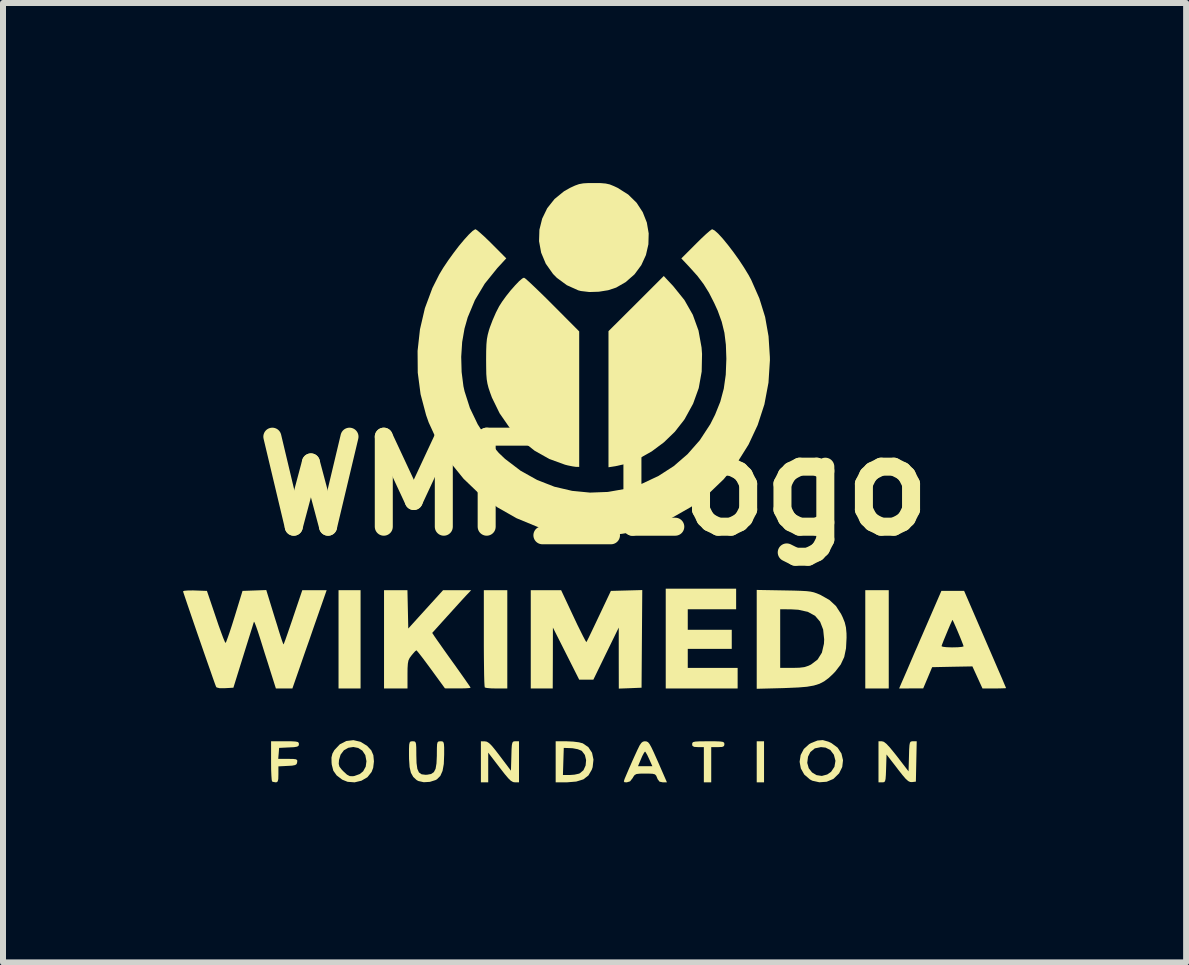
<source format=kicad_pcb>
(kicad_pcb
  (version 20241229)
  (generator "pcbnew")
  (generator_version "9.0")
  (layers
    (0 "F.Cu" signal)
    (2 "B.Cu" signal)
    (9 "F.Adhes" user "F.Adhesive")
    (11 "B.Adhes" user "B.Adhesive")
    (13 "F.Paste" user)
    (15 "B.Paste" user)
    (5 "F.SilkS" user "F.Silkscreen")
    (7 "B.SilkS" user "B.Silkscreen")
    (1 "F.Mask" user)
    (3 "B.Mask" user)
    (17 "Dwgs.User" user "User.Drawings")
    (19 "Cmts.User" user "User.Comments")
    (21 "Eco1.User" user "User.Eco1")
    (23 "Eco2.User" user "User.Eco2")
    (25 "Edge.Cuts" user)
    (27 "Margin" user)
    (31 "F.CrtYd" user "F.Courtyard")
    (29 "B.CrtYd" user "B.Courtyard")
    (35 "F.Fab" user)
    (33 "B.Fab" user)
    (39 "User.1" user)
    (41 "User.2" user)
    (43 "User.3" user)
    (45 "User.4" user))
  (footprint "WMF_Logo"
    (layer "F.Cu")
    (at 6.845 5.048)
    (property "Reference" "WMF_Logo" (at 0 0 0) (layer "F.SilkS") (effects (font (size 1.5 1.5) (thickness 0.3))))
    (attr board_only exclude_from_pos_files exclude_from_bom)
    (fp_poly (pts (xy -3.887 2.555) (xy -3.887 3.374) (xy -4.07 3.374) (xy -4.254 3.374) (xy -4.254 2.555) (xy -4.254 1.736) (xy -4.07 1.736) (xy -3.887 1.736)) (stroke (width 0) (type solid)) (fill yes) (layer "F.SilkS"))
    (fp_poly (pts (xy 2.836 4.596) (xy 2.836 4.938) (xy 2.775 4.938) (xy 2.714 4.938) (xy 2.714 4.596) (xy 2.714 4.254) (xy 2.775 4.254) (xy 2.836 4.254)) (stroke (width 0) (type solid)) (fill yes) (layer "F.SilkS"))
    (fp_poly (pts (xy 4.914 2.555) (xy 4.914 3.374) (xy 4.718 3.374) (xy 4.523 3.374) (xy 4.523 2.555) (xy 4.523 1.736) (xy 4.718 1.736) (xy 4.914 1.736)) (stroke (width 0) (type solid)) (fill yes) (layer "F.SilkS"))
    (fp_poly (pts (xy -1.442 2.555) (xy -1.442 3.374) (xy -1.622 3.374) (xy -1.711 3.372) (xy -1.78 3.366) (xy -1.816 3.358) (xy -1.817 3.357) (xy -1.821 3.33) (xy -1.825 3.259) (xy -1.828 3.152) (xy -1.83 3.013) (xy -1.832 2.848) (xy -1.833 2.664) (xy -1.833 2.538) (xy -1.833 1.736) (xy -1.638 1.736) (xy -1.442 1.736)) (stroke (width 0) (type solid)) (fill yes) (layer "F.SilkS"))
    (fp_poly (pts (xy 1.322 -3.331) (xy 1.509 -3.099) (xy 1.649 -2.853) (xy 1.744 -2.59) (xy 1.795 -2.307) (xy 1.803 -2.2) (xy 1.797 -1.906) (xy 1.748 -1.632) (xy 1.654 -1.371) (xy 1.514 -1.116) (xy 1.501 -1.097) (xy 1.35 -0.904) (xy 1.168 -0.728) (xy 0.964 -0.576) (xy 0.747 -0.454) (xy 0.527 -0.368) (xy 0.36 -0.33) (xy 0.244 -0.312) (xy 0.244 -1.446) (xy 0.244 -2.58) (xy 0.705 -3.039) (xy 1.165 -3.499)) (stroke (width 0) (type solid)) (fill yes) (layer "F.SilkS"))
    (fp_poly (pts (xy 2.371 1.882) (xy 2.371 2.054) (xy 1.968 2.054) (xy 1.565 2.054) (xy 1.565 2.225) (xy 1.565 2.396) (xy 1.931 2.396) (xy 2.298 2.396) (xy 2.298 2.555) (xy 2.298 2.714) (xy 1.931 2.714) (xy 1.565 2.714) (xy 1.565 2.872) (xy 1.565 3.031) (xy 1.98 3.031) (xy 2.396 3.031) (xy 2.396 3.203) (xy 2.396 3.374) (xy 1.797 3.374) (xy 1.198 3.374) (xy 1.198 2.542) (xy 1.198 1.711) (xy 1.785 1.711) (xy 2.371 1.711)) (stroke (width 0) (type solid)) (fill yes) (layer "F.SilkS"))
    (fp_poly (pts (xy 2.025 4.254) (xy 2.102 4.257) (xy 2.147 4.263) (xy 2.169 4.275) (xy 2.175 4.293) (xy 2.176 4.303) (xy 2.169 4.333) (xy 2.139 4.348) (xy 2.074 4.351) (xy 2.066 4.351) (xy 1.956 4.351) (xy 1.956 4.645) (xy 1.956 4.938) (xy 1.895 4.938) (xy 1.833 4.938) (xy 1.833 4.645) (xy 1.833 4.351) (xy 1.736 4.351) (xy 1.672 4.347) (xy 1.643 4.331) (xy 1.638 4.303) (xy 1.641 4.281) (xy 1.656 4.267) (xy 1.691 4.259) (xy 1.755 4.255) (xy 1.856 4.254) (xy 1.907 4.254)) (stroke (width 0) (type solid)) (fill yes) (layer "F.SilkS"))
    (fp_poly (pts (xy -1.247 4.596) (xy -1.247 4.938) (xy -1.314 4.938) (xy -1.347 4.933) (xy -1.383 4.912) (xy -1.427 4.869) (xy -1.486 4.799) (xy -1.567 4.695) (xy -1.571 4.69) (xy -1.76 4.443) (xy -1.76 4.69) (xy -1.76 4.938) (xy -1.821 4.938) (xy -1.882 4.938) (xy -1.882 4.596) (xy -1.882 4.254) (xy -1.815 4.255) (xy -1.782 4.261) (xy -1.746 4.284) (xy -1.7 4.329) (xy -1.64 4.402) (xy -1.565 4.5) (xy -1.381 4.744) (xy -1.374 4.499) (xy -1.371 4.388) (xy -1.366 4.317) (xy -1.357 4.277) (xy -1.343 4.259) (xy -1.32 4.254) (xy -1.307 4.254) (xy -1.247 4.254)) (stroke (width 0) (type solid)) (fill yes) (layer "F.SilkS"))
    (fp_poly (pts (xy 4.833 4.263) (xy 4.875 4.296) (xy 4.932 4.357) (xy 5.009 4.451) (xy 5.051 4.504) (xy 5.244 4.755) (xy 5.251 4.504) (xy 5.254 4.392) (xy 5.259 4.319) (xy 5.267 4.278) (xy 5.281 4.259) (xy 5.303 4.254) (xy 5.319 4.254) (xy 5.38 4.254) (xy 5.373 4.59) (xy 5.366 4.926) (xy 5.301 4.934) (xy 5.27 4.932) (xy 5.237 4.916) (xy 5.197 4.88) (xy 5.143 4.817) (xy 5.067 4.721) (xy 5.057 4.707) (xy 4.877 4.474) (xy 4.87 4.706) (xy 4.866 4.814) (xy 4.861 4.881) (xy 4.852 4.919) (xy 4.836 4.935) (xy 4.811 4.938) (xy 4.803 4.938) (xy 4.743 4.938) (xy 4.743 4.596) (xy 4.743 4.254) (xy 4.8 4.254)) (stroke (width 0) (type solid)) (fill yes) (layer "F.SilkS"))
    (fp_poly (pts (xy -0.344 4.259) (xy -0.248 4.271) (xy -0.184 4.288) (xy -0.091 4.352) (xy -0.03 4.445) (xy -0.006 4.559) (xy -0.02 4.685) (xy -0.035 4.729) (xy -0.09 4.823) (xy -0.174 4.888) (xy -0.293 4.925) (xy -0.45 4.938) (xy -0.46 4.938) (xy -0.636 4.938) (xy -0.636 4.816) (xy -0.515 4.816) (xy -0.405 4.816) (xy -0.323 4.81) (xy -0.251 4.794) (xy -0.235 4.788) (xy -0.173 4.736) (xy -0.137 4.657) (xy -0.129 4.567) (xy -0.149 4.482) (xy -0.199 4.416) (xy -0.208 4.41) (xy -0.268 4.386) (xy -0.351 4.37) (xy -0.384 4.368) (xy -0.501 4.364) (xy -0.508 4.59) (xy -0.515 4.816) (xy -0.636 4.816) (xy -0.636 4.596) (xy -0.636 4.254) (xy -0.451 4.254)) (stroke (width 0) (type solid)) (fill yes) (layer "F.SilkS"))
    (fp_poly (pts (xy 0.801 2.548) (xy 0.795 3.361) (xy 0.605 3.369) (xy 0.416 3.376) (xy 0.415 2.867) (xy 0.415 2.359) (xy 0.203 2.793) (xy -0.008 3.227) (xy -0.126 3.227) (xy -0.244 3.227) (xy -0.463 2.793) (xy -0.682 2.359) (xy -0.683 2.866) (xy -0.685 3.374) (xy -0.868 3.374) (xy -1.051 3.374) (xy -1.051 2.555) (xy -1.051 1.736) (xy -0.798 1.736) (xy -0.545 1.736) (xy -0.34 2.173) (xy -0.277 2.307) (xy -0.22 2.422) (xy -0.174 2.514) (xy -0.141 2.576) (xy -0.125 2.601) (xy -0.124 2.601) (xy -0.111 2.577) (xy -0.08 2.515) (xy -0.036 2.423) (xy 0.019 2.308) (xy 0.081 2.177) (xy 0.085 2.169) (xy 0.284 1.748) (xy 0.546 1.741) (xy 0.807 1.734)) (stroke (width 0) (type solid)) (fill yes) (layer "F.SilkS"))
    (fp_poly (pts (xy -5.038 4.254) (xy -4.97 4.258) (xy -4.932 4.266) (xy -4.917 4.281) (xy -4.914 4.301) (xy -4.919 4.327) (xy -4.943 4.343) (xy -4.996 4.352) (xy -5.079 4.356) (xy -5.244 4.364) (xy -5.251 4.455) (xy -5.259 4.547) (xy -5.097 4.547) (xy -5.011 4.548) (xy -4.963 4.554) (xy -4.943 4.568) (xy -4.942 4.594) (xy -4.943 4.602) (xy -4.952 4.633) (xy -4.977 4.65) (xy -5.029 4.66) (xy -5.103 4.664) (xy -5.256 4.672) (xy -5.256 4.805) (xy -5.258 4.883) (xy -5.268 4.923) (xy -5.289 4.937) (xy -5.301 4.938) (xy -5.347 4.93) (xy -5.362 4.922) (xy -5.368 4.893) (xy -5.373 4.824) (xy -5.377 4.726) (xy -5.378 4.607) (xy -5.378 4.58) (xy -5.378 4.254) (xy -5.146 4.254)) (stroke (width 0) (type solid)) (fill yes) (layer "F.SilkS"))
    (fp_poly (pts (xy 0.114 -5.047) (xy 0.197 -5.04) (xy 0.265 -5.025) (xy 0.334 -4.997) (xy 0.396 -4.968) (xy 0.572 -4.857) (xy 0.712 -4.72) (xy 0.815 -4.562) (xy 0.883 -4.39) (xy 0.914 -4.209) (xy 0.909 -4.027) (xy 0.868 -3.848) (xy 0.791 -3.68) (xy 0.678 -3.527) (xy 0.53 -3.397) (xy 0.372 -3.306) (xy 0.239 -3.262) (xy 0.083 -3.237) (xy -0.075 -3.232) (xy -0.217 -3.249) (xy -0.262 -3.261) (xy -0.45 -3.346) (xy -0.615 -3.467) (xy -0.68 -3.533) (xy -0.801 -3.704) (xy -0.878 -3.888) (xy -0.913 -4.079) (xy -0.907 -4.27) (xy -0.861 -4.455) (xy -0.777 -4.628) (xy -0.655 -4.782) (xy -0.498 -4.91) (xy -0.396 -4.968) (xy -0.314 -5.006) (xy -0.247 -5.03) (xy -0.176 -5.043) (xy -0.087 -5.048) (xy 0 -5.048)) (stroke (width 0) (type solid)) (fill yes) (layer "F.SilkS"))
    (fp_poly (pts (xy -1.139 -3.455) (xy -1.086 -3.408) (xy -1.008 -3.335) (xy -0.91 -3.241) (xy -0.797 -3.131) (xy -0.69 -3.024) (xy -0.244 -2.576) (xy -0.244 -1.447) (xy -0.244 -0.318) (xy -0.299 -0.319) (xy -0.355 -0.327) (xy -0.434 -0.343) (xy -0.481 -0.355) (xy -0.742 -0.45) (xy -0.987 -0.588) (xy -1.209 -0.764) (xy -1.405 -0.973) (xy -1.57 -1.211) (xy -1.698 -1.473) (xy -1.727 -1.552) (xy -1.755 -1.635) (xy -1.773 -1.706) (xy -1.785 -1.778) (xy -1.792 -1.865) (xy -1.794 -1.977) (xy -1.795 -2.102) (xy -1.794 -2.249) (xy -1.79 -2.359) (xy -1.782 -2.446) (xy -1.768 -2.52) (xy -1.748 -2.595) (xy -1.732 -2.644) (xy -1.687 -2.763) (xy -1.631 -2.891) (xy -1.578 -2.994) (xy -1.527 -3.074) (xy -1.461 -3.165) (xy -1.387 -3.258) (xy -1.312 -3.343) (xy -1.245 -3.413) (xy -1.192 -3.458) (xy -1.164 -3.471)) (stroke (width 0) (type solid)) (fill yes) (layer "F.SilkS"))
    (fp_poly (pts (xy 3.908 4.26) (xy 3.959 4.284) (xy 4.062 4.36) (xy 4.126 4.458) (xy 4.152 4.569) (xy 4.139 4.682) (xy 4.087 4.788) (xy 3.995 4.878) (xy 3.987 4.883) (xy 3.88 4.928) (xy 3.758 4.937) (xy 3.641 4.911) (xy 3.601 4.89) (xy 3.506 4.808) (xy 3.449 4.706) (xy 3.432 4.614) (xy 3.556 4.614) (xy 3.581 4.703) (xy 3.636 4.773) (xy 3.711 4.818) (xy 3.799 4.831) (xy 3.889 4.807) (xy 3.953 4.763) (xy 4.009 4.679) (xy 4.026 4.579) (xy 4 4.479) (xy 3.999 4.477) (xy 3.94 4.399) (xy 3.861 4.359) (xy 3.784 4.351) (xy 3.682 4.372) (xy 3.608 4.433) (xy 3.569 4.51) (xy 3.556 4.614) (xy 3.432 4.614) (xy 3.429 4.594) (xy 3.446 4.483) (xy 3.499 4.382) (xy 3.588 4.301) (xy 3.623 4.282) (xy 3.727 4.241) (xy 3.815 4.234)) (stroke (width 0) (type solid)) (fill yes) (layer "F.SilkS"))
    (fp_poly (pts (xy -3.889 4.262) (xy -3.779 4.329) (xy -3.709 4.404) (xy -3.674 4.485) (xy -3.664 4.589) (xy -3.677 4.696) (xy -3.703 4.765) (xy -3.773 4.853) (xy -3.873 4.911) (xy -3.987 4.938) (xy -4.104 4.929) (xy -4.193 4.893) (xy -4.286 4.822) (xy -4.341 4.744) (xy -4.367 4.643) (xy -4.368 4.63) (xy -4.251 4.63) (xy -4.239 4.677) (xy -4.201 4.726) (xy -4.171 4.757) (xy -4.113 4.81) (xy -4.067 4.834) (xy -4.016 4.836) (xy -3.99 4.832) (xy -3.901 4.8) (xy -3.844 4.754) (xy -3.801 4.676) (xy -3.789 4.586) (xy -3.808 4.484) (xy -3.857 4.41) (xy -3.927 4.365) (xy -4.008 4.349) (xy -4.091 4.362) (xy -4.165 4.404) (xy -4.22 4.477) (xy -4.246 4.565) (xy -4.251 4.63) (xy -4.368 4.63) (xy -4.37 4.614) (xy -4.372 4.525) (xy -4.356 4.459) (xy -4.323 4.4) (xy -4.232 4.304) (xy -4.124 4.249) (xy -4.006 4.235)) (stroke (width 0) (type solid)) (fill yes) (layer "F.SilkS"))
    (fp_poly (pts (xy -2.526 4.255) (xy -2.508 4.267) (xy -2.498 4.298) (xy -2.494 4.357) (xy -2.494 4.454) (xy -2.494 4.475) (xy -2.5 4.632) (xy -2.521 4.748) (xy -2.558 4.831) (xy -2.614 4.887) (xy -2.637 4.9) (xy -2.732 4.93) (xy -2.834 4.936) (xy -2.924 4.916) (xy -2.953 4.9) (xy -3.009 4.848) (xy -3.048 4.779) (xy -3.07 4.684) (xy -3.079 4.554) (xy -3.08 4.487) (xy -3.08 4.379) (xy -3.077 4.311) (xy -3.069 4.274) (xy -3.054 4.257) (xy -3.03 4.254) (xy -3.019 4.254) (xy -2.991 4.255) (xy -2.973 4.267) (xy -2.963 4.297) (xy -2.959 4.355) (xy -2.958 4.45) (xy -2.958 4.481) (xy -2.954 4.618) (xy -2.941 4.713) (xy -2.914 4.773) (xy -2.87 4.804) (xy -2.806 4.812) (xy -2.779 4.811) (xy -2.712 4.799) (xy -2.666 4.768) (xy -2.637 4.712) (xy -2.622 4.623) (xy -2.616 4.495) (xy -2.616 4.468) (xy -2.615 4.365) (xy -2.612 4.302) (xy -2.603 4.269) (xy -2.586 4.256) (xy -2.557 4.254) (xy -2.555 4.254)) (stroke (width 0) (type solid)) (fill yes) (layer "F.SilkS"))
    (fp_poly (pts (xy 0.88 4.257) (xy 0.904 4.27) (xy 0.929 4.301) (xy 0.959 4.355) (xy 0.999 4.439) (xy 1.053 4.56) (xy 1.069 4.596) (xy 1.218 4.938) (xy 1.149 4.938) (xy 1.095 4.927) (xy 1.063 4.885) (xy 1.055 4.865) (xy 1.039 4.827) (xy 1.018 4.805) (xy 0.978 4.795) (xy 0.909 4.792) (xy 0.858 4.792) (xy 0.767 4.793) (xy 0.712 4.799) (xy 0.68 4.816) (xy 0.658 4.846) (xy 0.648 4.865) (xy 0.603 4.922) (xy 0.549 4.938) (xy 0.511 4.936) (xy 0.5 4.921) (xy 0.513 4.88) (xy 0.527 4.847) (xy 0.553 4.786) (xy 0.592 4.695) (xy 0.604 4.669) (xy 0.736 4.669) (xy 0.855 4.669) (xy 0.975 4.669) (xy 0.921 4.548) (xy 0.889 4.48) (xy 0.863 4.436) (xy 0.853 4.425) (xy 0.836 4.446) (xy 0.808 4.498) (xy 0.787 4.547) (xy 0.736 4.669) (xy 0.604 4.669) (xy 0.64 4.586) (xy 0.677 4.504) (xy 0.727 4.395) (xy 0.763 4.322) (xy 0.792 4.28) (xy 0.818 4.26) (xy 0.847 4.254) (xy 0.854 4.254)) (stroke (width 0) (type solid)) (fill yes) (layer "F.SilkS"))
    (fp_poly (pts (xy -3.099 2.055) (xy -3.092 2.375) (xy -2.802 2.055) (xy -2.512 1.736) (xy -2.278 1.736) (xy -2.044 1.736) (xy -2.13 1.827) (xy -2.178 1.879) (xy -2.25 1.958) (xy -2.337 2.054) (xy -2.43 2.157) (xy -2.454 2.183) (xy -2.693 2.448) (xy -2.651 2.512) (xy -2.624 2.551) (xy -2.573 2.623) (xy -2.505 2.72) (xy -2.424 2.834) (xy -2.335 2.958) (xy -2.331 2.963) (xy -2.246 3.083) (xy -2.171 3.189) (xy -2.111 3.275) (xy -2.07 3.334) (xy -2.054 3.361) (xy -2.054 3.362) (xy -2.076 3.367) (xy -2.137 3.371) (xy -2.224 3.373) (xy -2.267 3.373) (xy -2.481 3.372) (xy -2.712 3.055) (xy -2.791 2.948) (xy -2.86 2.856) (xy -2.914 2.787) (xy -2.948 2.746) (xy -2.956 2.738) (xy -2.979 2.755) (xy -3.018 2.799) (xy -3.037 2.822) (xy -3.069 2.865) (xy -3.089 2.907) (xy -3.099 2.96) (xy -3.104 3.037) (xy -3.105 3.14) (xy -3.105 3.374) (xy -3.3 3.374) (xy -3.496 3.374) (xy -3.496 2.555) (xy -3.496 1.736) (xy -3.301 1.736) (xy -3.106 1.736)) (stroke (width 0) (type solid)) (fill yes) (layer "F.SilkS"))
    (fp_poly (pts (xy 3.172 1.74) (xy 3.333 1.743) (xy 3.455 1.747) (xy 3.545 1.752) (xy 3.612 1.76) (xy 3.666 1.772) (xy 3.715 1.789) (xy 3.768 1.811) (xy 3.78 1.817) (xy 3.925 1.899) (xy 4.034 2) (xy 4.12 2.133) (xy 4.145 2.184) (xy 4.181 2.273) (xy 4.201 2.357) (xy 4.21 2.457) (xy 4.211 2.527) (xy 4.202 2.705) (xy 4.172 2.85) (xy 4.114 2.974) (xy 4.025 3.09) (xy 3.987 3.13) (xy 3.911 3.201) (xy 3.838 3.255) (xy 3.759 3.296) (xy 3.666 3.325) (xy 3.552 3.345) (xy 3.409 3.357) (xy 3.227 3.365) (xy 3.147 3.368) (xy 2.714 3.379) (xy 2.714 2.555) (xy 2.714 2.054) (xy 3.105 2.054) (xy 3.105 2.542) (xy 3.105 3.031) (xy 3.309 3.031) (xy 3.424 3.028) (xy 3.507 3.018) (xy 3.575 2.996) (xy 3.619 2.975) (xy 3.728 2.892) (xy 3.8 2.777) (xy 3.834 2.63) (xy 3.838 2.557) (xy 3.821 2.392) (xy 3.77 2.261) (xy 3.686 2.163) (xy 3.565 2.097) (xy 3.406 2.062) (xy 3.282 2.055) (xy 3.105 2.054) (xy 2.714 2.054) (xy 2.714 1.732)) (stroke (width 0) (type solid)) (fill yes) (layer "F.SilkS"))
    (fp_poly (pts (xy 6.519 2.555) (xy 6.599 2.74) (xy 6.673 2.911) (xy 6.738 3.062) (xy 6.793 3.188) (xy 6.834 3.285) (xy 6.86 3.346) (xy 6.869 3.368) (xy 6.847 3.37) (xy 6.787 3.372) (xy 6.701 3.374) (xy 6.673 3.374) (xy 6.476 3.374) (xy 6.392 3.19) (xy 6.308 3.006) (xy 5.972 3.012) (xy 5.637 3.019) (xy 5.563 3.196) (xy 5.488 3.373) (xy 5.288 3.373) (xy 5.087 3.374) (xy 5.121 3.294) (xy 5.139 3.253) (xy 5.174 3.173) (xy 5.223 3.06) (xy 5.283 2.92) (xy 5.352 2.759) (xy 5.392 2.669) (xy 5.794 2.669) (xy 5.816 2.679) (xy 5.876 2.686) (xy 5.96 2.689) (xy 5.977 2.689) (xy 6.065 2.687) (xy 6.13 2.681) (xy 6.16 2.673) (xy 6.161 2.671) (xy 6.152 2.643) (xy 6.129 2.584) (xy 6.098 2.507) (xy 6.062 2.421) (xy 6.027 2.34) (xy 5.998 2.275) (xy 5.98 2.237) (xy 5.975 2.231) (xy 5.962 2.259) (xy 5.935 2.319) (xy 5.901 2.399) (xy 5.865 2.486) (xy 5.831 2.568) (xy 5.806 2.632) (xy 5.794 2.667) (xy 5.794 2.669) (xy 5.392 2.669) (xy 5.428 2.584) (xy 5.473 2.481) (xy 5.791 1.748) (xy 5.98 1.748) (xy 6.17 1.748)) (stroke (width 0) (type solid)) (fill yes) (layer "F.SilkS"))
    (fp_poly (pts (xy -5.396 1.936) (xy -5.36 2.053) (xy -5.317 2.193) (xy -5.273 2.333) (xy -5.256 2.39) (xy -5.224 2.492) (xy -5.197 2.574) (xy -5.178 2.626) (xy -5.171 2.64) (xy -5.161 2.618) (xy -5.138 2.557) (xy -5.105 2.463) (xy -5.064 2.344) (xy -5.017 2.207) (xy -5.011 2.188) (xy -4.858 1.736) (xy -4.655 1.736) (xy -4.452 1.736) (xy -4.612 2.194) (xy -4.673 2.368) (xy -4.738 2.557) (xy -4.804 2.744) (xy -4.863 2.914) (xy -4.897 3.013) (xy -5.023 3.374) (xy -5.16 3.374) (xy -5.298 3.374) (xy -5.385 3.099) (xy -5.43 2.955) (xy -5.483 2.79) (xy -5.534 2.626) (xy -5.564 2.53) (xy -5.599 2.422) (xy -5.629 2.336) (xy -5.651 2.279) (xy -5.663 2.261) (xy -5.663 2.261) (xy -5.673 2.291) (xy -5.694 2.36) (xy -5.726 2.462) (xy -5.766 2.59) (xy -5.812 2.737) (xy -5.839 2.824) (xy -6.006 3.361) (xy -6.145 3.369) (xy -6.236 3.369) (xy -6.285 3.357) (xy -6.295 3.344) (xy -6.317 3.286) (xy -6.35 3.193) (xy -6.392 3.072) (xy -6.442 2.93) (xy -6.497 2.773) (xy -6.554 2.608) (xy -6.612 2.441) (xy -6.668 2.278) (xy -6.72 2.126) (xy -6.766 1.992) (xy -6.803 1.882) (xy -6.83 1.802) (xy -6.844 1.76) (xy -6.845 1.755) (xy -6.823 1.746) (xy -6.763 1.741) (xy -6.677 1.74) (xy -6.646 1.741) (xy -6.447 1.748) (xy -6.3 2.182) (xy -6.254 2.318) (xy -6.211 2.437) (xy -6.176 2.531) (xy -6.15 2.593) (xy -6.137 2.616) (xy -6.137 2.616) (xy -6.125 2.594) (xy -6.102 2.532) (xy -6.069 2.438) (xy -6.03 2.319) (xy -5.987 2.182) (xy -5.987 2.182) (xy -5.854 1.748) (xy -5.656 1.741) (xy -5.458 1.734)) (stroke (width 0) (type solid)) (fill yes) (layer "F.SilkS"))
    (fp_poly (pts (xy 2.012 -4.258) (xy 2.073 -4.204) (xy 2.149 -4.121) (xy 2.235 -4.016) (xy 2.326 -3.897) (xy 2.417 -3.77) (xy 2.502 -3.641) (xy 2.577 -3.518) (xy 2.622 -3.435) (xy 2.758 -3.126) (xy 2.854 -2.817) (xy 2.911 -2.495) (xy 2.933 -2.151) (xy 2.934 -2.097) (xy 2.91 -1.722) (xy 2.842 -1.36) (xy 2.73 -1.016) (xy 2.578 -0.691) (xy 2.389 -0.389) (xy 2.164 -0.113) (xy 1.907 0.134) (xy 1.618 0.35) (xy 1.302 0.53) (xy 0.961 0.673) (xy 0.596 0.775) (xy 0.564 0.782) (xy 0.352 0.813) (xy 0.114 0.829) (xy -0.131 0.829) (xy -0.367 0.813) (xy -0.574 0.781) (xy -0.942 0.68) (xy -1.288 0.537) (xy -1.61 0.354) (xy -1.905 0.134) (xy -2.17 -0.12) (xy -2.401 -0.405) (xy -2.596 -0.719) (xy -2.752 -1.059) (xy -2.795 -1.181) (xy -2.887 -1.529) (xy -2.934 -1.888) (xy -2.937 -2.251) (xy -2.897 -2.611) (xy -2.815 -2.963) (xy -2.69 -3.299) (xy -2.576 -3.525) (xy -2.508 -3.638) (xy -2.426 -3.76) (xy -2.338 -3.882) (xy -2.248 -4) (xy -2.161 -4.104) (xy -2.083 -4.19) (xy -2.02 -4.25) (xy -1.978 -4.277) (xy -1.972 -4.278) (xy -1.945 -4.262) (xy -1.891 -4.216) (xy -1.817 -4.149) (xy -1.73 -4.065) (xy -1.701 -4.036) (xy -1.459 -3.793) (xy -1.61 -3.629) (xy -1.818 -3.371) (xy -1.981 -3.099) (xy -2.102 -2.809) (xy -2.155 -2.623) (xy -2.194 -2.399) (xy -2.21 -2.152) (xy -2.203 -1.899) (xy -2.173 -1.662) (xy -2.154 -1.577) (xy -2.065 -1.299) (xy -1.935 -1.028) (xy -1.773 -0.775) (xy -1.584 -0.551) (xy -1.48 -0.452) (xy -1.22 -0.254) (xy -0.944 -0.1) (xy -0.657 0.012) (xy -0.362 0.081) (xy -0.064 0.11) (xy 0.233 0.099) (xy 0.525 0.048) (xy 0.809 -0.041) (xy 1.078 -0.168) (xy 1.331 -0.331) (xy 1.561 -0.53) (xy 1.766 -0.763) (xy 1.941 -1.031) (xy 2.02 -1.188) (xy 2.107 -1.404) (xy 2.165 -1.621) (xy 2.198 -1.854) (xy 2.208 -2.115) (xy 2.208 -2.127) (xy 2.2 -2.355) (xy 2.176 -2.552) (xy 2.131 -2.736) (xy 2.064 -2.921) (xy 2.005 -3.05) (xy 1.918 -3.221) (xy 1.829 -3.364) (xy 1.727 -3.499) (xy 1.607 -3.633) (xy 1.458 -3.792) (xy 1.701 -4.035) (xy 1.79 -4.123) (xy 1.869 -4.197) (xy 1.93 -4.25) (xy 1.966 -4.276) (xy 1.972 -4.278)) (stroke (width 0) (type solid)) (fill yes) (layer "F.SilkS")))
  (gr_rect
    (start -3 -3)
    (end 16.714 12.986)
    (stroke (width 0.1) (type default))
    (fill no)
    (layer "Edge.Cuts")))
</source>
